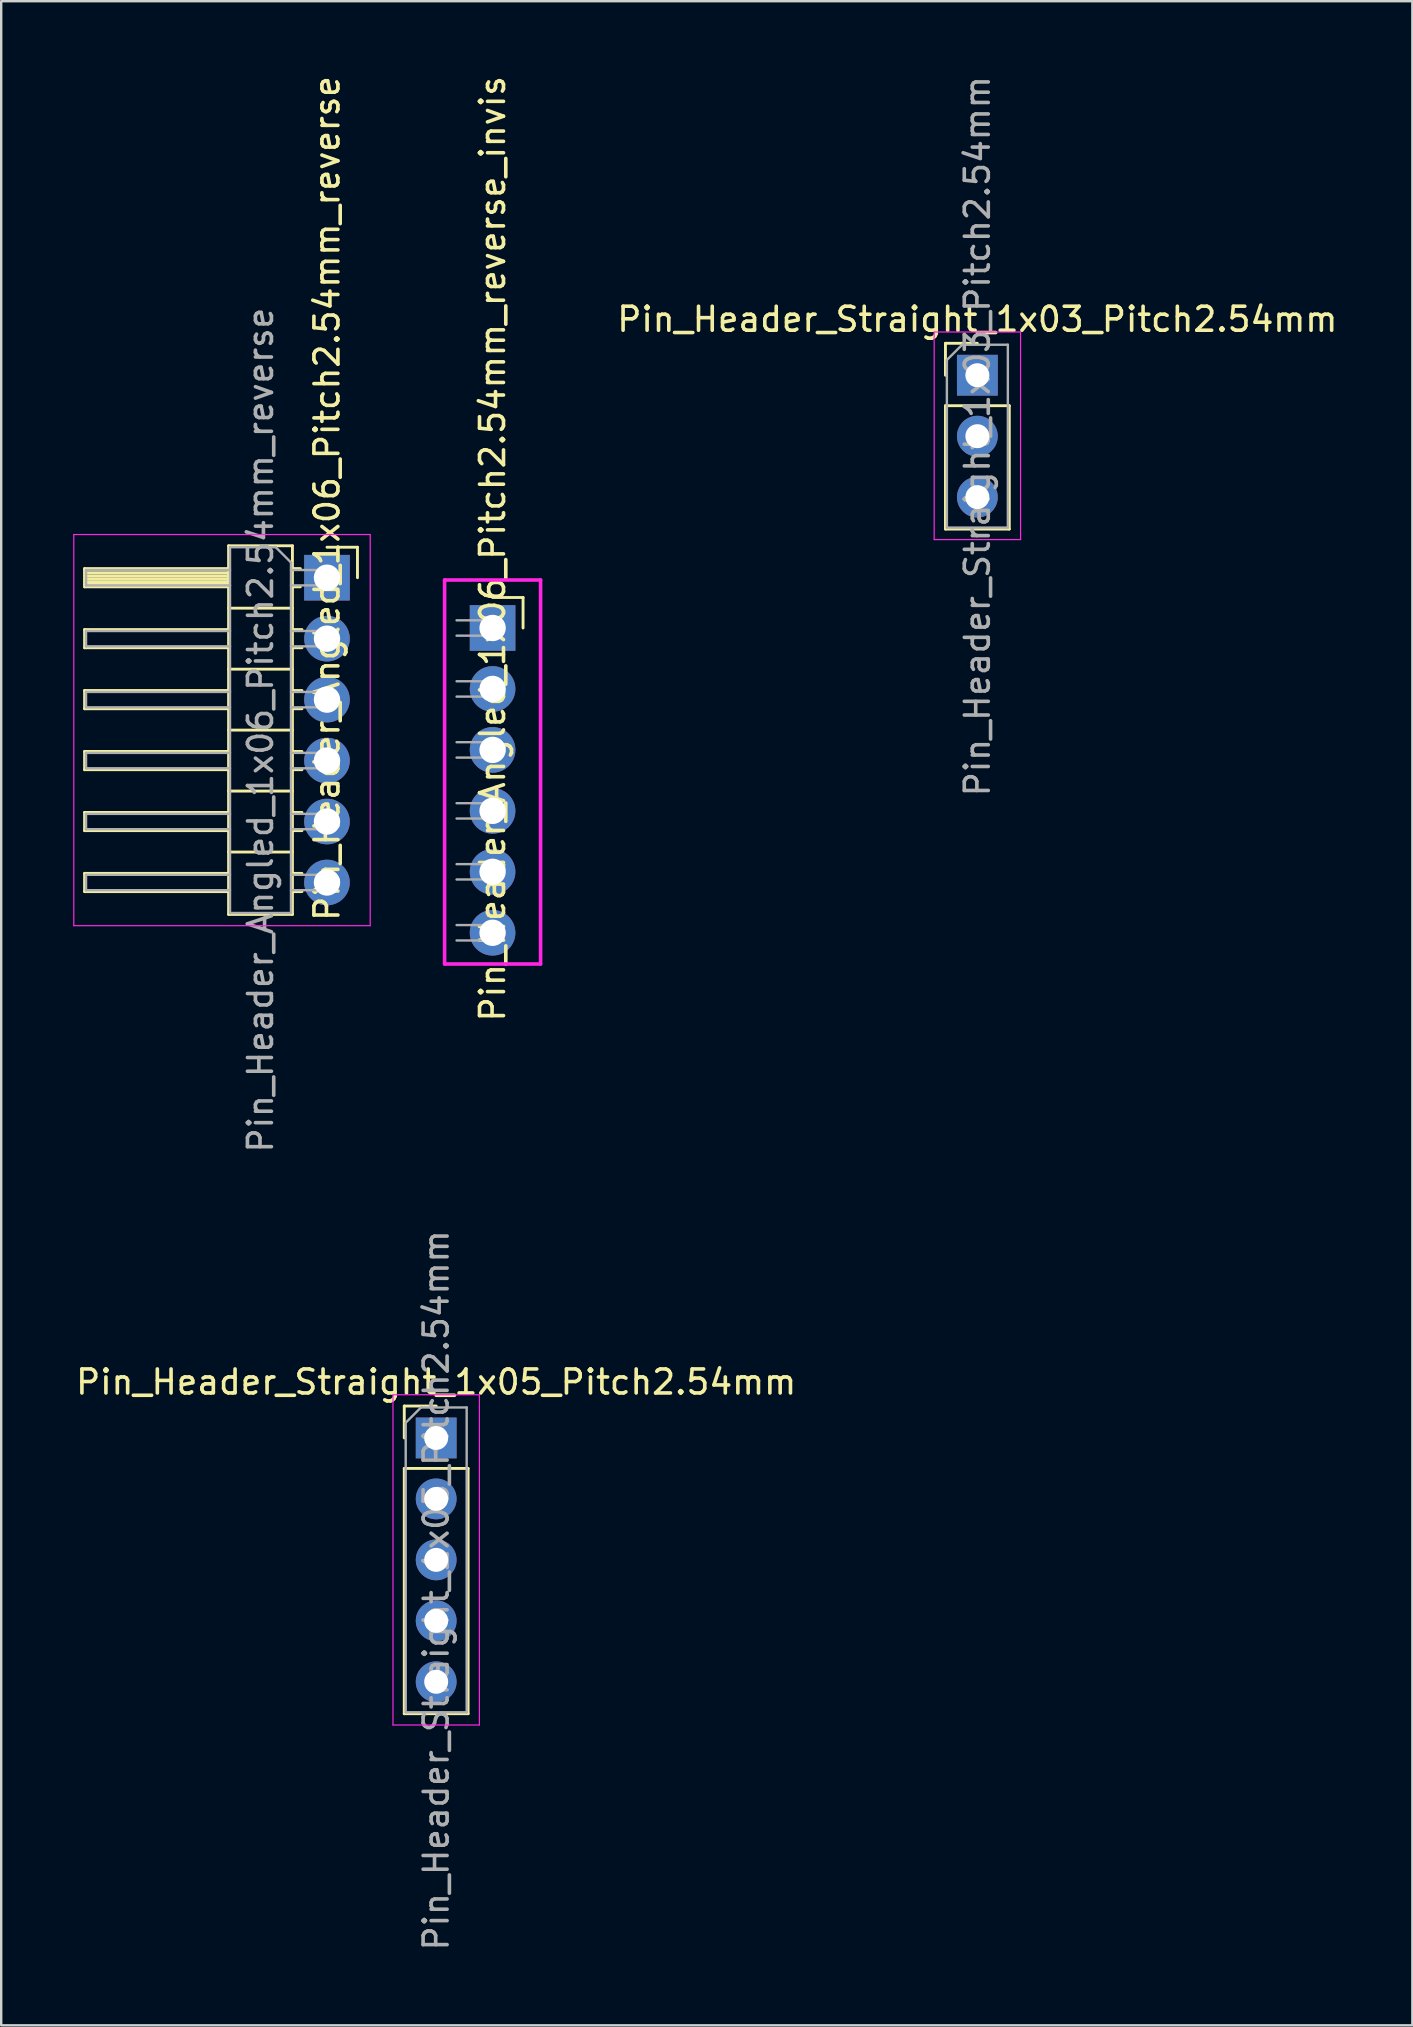
<source format=kicad_pcb>
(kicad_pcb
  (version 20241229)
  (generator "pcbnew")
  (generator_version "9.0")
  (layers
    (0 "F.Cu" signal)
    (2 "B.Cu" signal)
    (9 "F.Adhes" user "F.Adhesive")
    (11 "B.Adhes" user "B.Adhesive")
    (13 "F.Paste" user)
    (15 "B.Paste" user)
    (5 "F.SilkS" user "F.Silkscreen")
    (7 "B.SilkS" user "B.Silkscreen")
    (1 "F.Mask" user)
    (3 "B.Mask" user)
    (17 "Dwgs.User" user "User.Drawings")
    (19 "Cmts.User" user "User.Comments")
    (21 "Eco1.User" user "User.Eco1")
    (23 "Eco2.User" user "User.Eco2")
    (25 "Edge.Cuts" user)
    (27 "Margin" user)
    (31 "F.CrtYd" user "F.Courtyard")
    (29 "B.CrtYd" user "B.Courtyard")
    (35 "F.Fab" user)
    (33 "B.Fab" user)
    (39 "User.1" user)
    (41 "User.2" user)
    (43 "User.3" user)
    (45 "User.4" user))
  (footprint "Pin_Header_Angled_1x06_Pitch2.54mm_reverse"
    (layer "F.Cu")
    (at 10.575 21.022)
    (property "Reference" "Pin_Header_Angled_1x06_Pitch2.54mm_reverse" (at 0 -3.302 90) (layer "F.SilkS") (effects (font (size 1 1) (thickness 0.15))))
    (attr through_hole)
    (fp_line (start -10.1 -0.38) (end -10.1 0.38) (stroke (width 0.12) (type solid)) (layer "F.SilkS"))
    (fp_line (start -10.1 0.38) (end -4.1 0.38) (stroke (width 0.12) (type solid)) (layer "F.SilkS"))
    (fp_line (start -10.1 2.16) (end -10.1 2.92) (stroke (width 0.12) (type solid)) (layer "F.SilkS"))
    (fp_line (start -10.1 2.92) (end -4.1 2.92) (stroke (width 0.12) (type solid)) (layer "F.SilkS"))
    (fp_line (start -10.1 4.7) (end -10.1 5.46) (stroke (width 0.12) (type solid)) (layer "F.SilkS"))
    (fp_line (start -10.1 5.46) (end -4.1 5.46) (stroke (width 0.12) (type solid)) (layer "F.SilkS"))
    (fp_line (start -10.1 7.24) (end -10.1 8) (stroke (width 0.12) (type solid)) (layer "F.SilkS"))
    (fp_line (start -10.1 8) (end -4.1 8) (stroke (width 0.12) (type solid)) (layer "F.SilkS"))
    (fp_line (start -10.1 9.78) (end -10.1 10.54) (stroke (width 0.12) (type solid)) (layer "F.SilkS"))
    (fp_line (start -10.1 10.54) (end -4.1 10.54) (stroke (width 0.12) (type solid)) (layer "F.SilkS"))
    (fp_line (start -10.1 12.32) (end -10.1 13.08) (stroke (width 0.12) (type solid)) (layer "F.SilkS"))
    (fp_line (start -10.1 13.08) (end -4.1 13.08) (stroke (width 0.12) (type solid)) (layer "F.SilkS"))
    (fp_line (start -4.1 -1.33) (end -1.44 -1.33) (stroke (width 0.12) (type solid)) (layer "F.SilkS"))
    (fp_line (start -4.1 -0.38) (end -10.1 -0.38) (stroke (width 0.12) (type solid)) (layer "F.SilkS"))
    (fp_line (start -4.1 -0.32) (end -10.1 -0.32) (stroke (width 0.12) (type solid)) (layer "F.SilkS"))
    (fp_line (start -4.1 -0.2) (end -10.1 -0.2) (stroke (width 0.12) (type solid)) (layer "F.SilkS"))
    (fp_line (start -4.1 -0.08) (end -10.1 -0.08) (stroke (width 0.12) (type solid)) (layer "F.SilkS"))
    (fp_line (start -4.1 0.04) (end -10.1 0.04) (stroke (width 0.12) (type solid)) (layer "F.SilkS"))
    (fp_line (start -4.1 0.16) (end -10.1 0.16) (stroke (width 0.12) (type solid)) (layer "F.SilkS"))
    (fp_line (start -4.1 0.28) (end -10.1 0.28) (stroke (width 0.12) (type solid)) (layer "F.SilkS"))
    (fp_line (start -4.1 2.16) (end -10.1 2.16) (stroke (width 0.12) (type solid)) (layer "F.SilkS"))
    (fp_line (start -4.1 4.7) (end -10.1 4.7) (stroke (width 0.12) (type solid)) (layer "F.SilkS"))
    (fp_line (start -4.1 7.24) (end -10.1 7.24) (stroke (width 0.12) (type solid)) (layer "F.SilkS"))
    (fp_line (start -4.1 9.78) (end -10.1 9.78) (stroke (width 0.12) (type solid)) (layer "F.SilkS"))
    (fp_line (start -4.1 12.32) (end -10.1 12.32) (stroke (width 0.12) (type solid)) (layer "F.SilkS"))
    (fp_line (start -4.1 14.03) (end -4.1 -1.33) (stroke (width 0.12) (type solid)) (layer "F.SilkS"))
    (fp_line (start -1.44 -1.33) (end -1.44 14.03) (stroke (width 0.12) (type solid)) (layer "F.SilkS"))
    (fp_line (start -1.44 1.27) (end -4.1 1.27) (stroke (width 0.12) (type solid)) (layer "F.SilkS"))
    (fp_line (start -1.44 3.81) (end -4.1 3.81) (stroke (width 0.12) (type solid)) (layer "F.SilkS"))
    (fp_line (start -1.44 6.35) (end -4.1 6.35) (stroke (width 0.12) (type solid)) (layer "F.SilkS"))
    (fp_line (start -1.44 8.89) (end -4.1 8.89) (stroke (width 0.12) (type solid)) (layer "F.SilkS"))
    (fp_line (start -1.44 11.43) (end -4.1 11.43) (stroke (width 0.12) (type solid)) (layer "F.SilkS"))
    (fp_line (start -1.44 14.03) (end -4.1 14.03) (stroke (width 0.12) (type solid)) (layer "F.SilkS"))
    (fp_line (start -1.11 -0.38) (end -1.44 -0.38) (stroke (width 0.12) (type solid)) (layer "F.SilkS"))
    (fp_line (start -1.11 0.38) (end -1.44 0.38) (stroke (width 0.12) (type solid)) (layer "F.SilkS"))
    (fp_line (start -1.043 2.16) (end -1.44 2.16) (stroke (width 0.12) (type solid)) (layer "F.SilkS"))
    (fp_line (start -1.043 2.92) (end -1.44 2.92) (stroke (width 0.12) (type solid)) (layer "F.SilkS"))
    (fp_line (start -1.043 4.7) (end -1.44 4.7) (stroke (width 0.12) (type solid)) (layer "F.SilkS"))
    (fp_line (start -1.043 5.46) (end -1.44 5.46) (stroke (width 0.12) (type solid)) (layer "F.SilkS"))
    (fp_line (start -1.043 7.24) (end -1.44 7.24) (stroke (width 0.12) (type solid)) (layer "F.SilkS"))
    (fp_line (start -1.043 8) (end -1.44 8) (stroke (width 0.12) (type solid)) (layer "F.SilkS"))
    (fp_line (start -1.043 9.78) (end -1.44 9.78) (stroke (width 0.12) (type solid)) (layer "F.SilkS"))
    (fp_line (start -1.043 10.54) (end -1.44 10.54) (stroke (width 0.12) (type solid)) (layer "F.SilkS"))
    (fp_line (start -1.043 12.32) (end -1.44 12.32) (stroke (width 0.12) (type solid)) (layer "F.SilkS"))
    (fp_line (start -1.043 13.08) (end -1.44 13.08) (stroke (width 0.12) (type solid)) (layer "F.SilkS"))
    (fp_line (start 1.27 -1.27) (end 0 -1.27) (stroke (width 0.12) (type solid)) (layer "F.SilkS"))
    (fp_line (start 1.27 0) (end 1.27 -1.27) (stroke (width 0.12) (type solid)) (layer "F.SilkS"))
    (fp_line (start -10.55 -1.8) (end 1.8 -1.8) (stroke (width 0.05) (type solid)) (layer "F.CrtYd"))
    (fp_line (start -10.55 14.5) (end -10.55 -1.8) (stroke (width 0.05) (type solid)) (layer "F.CrtYd"))
    (fp_line (start 1.8 -1.8) (end 1.8 14.5) (stroke (width 0.05) (type solid)) (layer "F.CrtYd"))
    (fp_line (start 1.8 14.5) (end -10.55 14.5) (stroke (width 0.05) (type solid)) (layer "F.CrtYd"))
    (fp_line (start -10.04 -0.32) (end -10.04 0.32) (stroke (width 0.1) (type solid)) (layer "F.Fab"))
    (fp_line (start -10.04 2.22) (end -10.04 2.86) (stroke (width 0.1) (type solid)) (layer "F.Fab"))
    (fp_line (start -10.04 4.76) (end -10.04 5.4) (stroke (width 0.1) (type solid)) (layer "F.Fab"))
    (fp_line (start -10.04 7.3) (end -10.04 7.94) (stroke (width 0.1) (type solid)) (layer "F.Fab"))
    (fp_line (start -10.04 9.84) (end -10.04 10.48) (stroke (width 0.1) (type solid)) (layer "F.Fab"))
    (fp_line (start -10.04 12.38) (end -10.04 13.02) (stroke (width 0.1) (type solid)) (layer "F.Fab"))
    (fp_line (start -4.04 -1.27) (end -4.04 13.97) (stroke (width 0.1) (type solid)) (layer "F.Fab"))
    (fp_line (start -4.04 -0.32) (end -10.04 -0.32) (stroke (width 0.1) (type solid)) (layer "F.Fab"))
    (fp_line (start -4.04 0.32) (end -10.04 0.32) (stroke (width 0.1) (type solid)) (layer "F.Fab"))
    (fp_line (start -4.04 2.22) (end -10.04 2.22) (stroke (width 0.1) (type solid)) (layer "F.Fab"))
    (fp_line (start -4.04 2.86) (end -10.04 2.86) (stroke (width 0.1) (type solid)) (layer "F.Fab"))
    (fp_line (start -4.04 4.76) (end -10.04 4.76) (stroke (width 0.1) (type solid)) (layer "F.Fab"))
    (fp_line (start -4.04 5.4) (end -10.04 5.4) (stroke (width 0.1) (type solid)) (layer "F.Fab"))
    (fp_line (start -4.04 7.3) (end -10.04 7.3) (stroke (width 0.1) (type solid)) (layer "F.Fab"))
    (fp_line (start -4.04 7.94) (end -10.04 7.94) (stroke (width 0.1) (type solid)) (layer "F.Fab"))
    (fp_line (start -4.04 9.84) (end -10.04 9.84) (stroke (width 0.1) (type solid)) (layer "F.Fab"))
    (fp_line (start -4.04 10.48) (end -10.04 10.48) (stroke (width 0.1) (type solid)) (layer "F.Fab"))
    (fp_line (start -4.04 12.38) (end -10.04 12.38) (stroke (width 0.1) (type solid)) (layer "F.Fab"))
    (fp_line (start -4.04 13.02) (end -10.04 13.02) (stroke (width 0.1) (type solid)) (layer "F.Fab"))
    (fp_line (start -4.04 13.97) (end -1.5 13.97) (stroke (width 0.1) (type solid)) (layer "F.Fab"))
    (fp_line (start -2.135 -1.27) (end -4.04 -1.27) (stroke (width 0.1) (type solid)) (layer "F.Fab"))
    (fp_line (start -1.5 -0.635) (end -2.135 -1.27) (stroke (width 0.1) (type solid)) (layer "F.Fab"))
    (fp_line (start -1.5 13.97) (end -1.5 -0.635) (stroke (width 0.1) (type solid)) (layer "F.Fab"))
    (fp_line (start 0.32 -0.32) (end -1.5 -0.32) (stroke (width 0.1) (type solid)) (layer "F.Fab"))
    (fp_line (start 0.32 -0.32) (end 0.32 0.32) (stroke (width 0.1) (type solid)) (layer "F.Fab"))
    (fp_line (start 0.32 0.32) (end -1.5 0.32) (stroke (width 0.1) (type solid)) (layer "F.Fab"))
    (fp_line (start 0.32 2.22) (end -1.5 2.22) (stroke (width 0.1) (type solid)) (layer "F.Fab"))
    (fp_line (start 0.32 2.22) (end 0.32 2.86) (stroke (width 0.1) (type solid)) (layer "F.Fab"))
    (fp_line (start 0.32 2.86) (end -1.5 2.86) (stroke (width 0.1) (type solid)) (layer "F.Fab"))
    (fp_line (start 0.32 4.76) (end -1.5 4.76) (stroke (width 0.1) (type solid)) (layer "F.Fab"))
    (fp_line (start 0.32 4.76) (end 0.32 5.4) (stroke (width 0.1) (type solid)) (layer "F.Fab"))
    (fp_line (start 0.32 5.4) (end -1.5 5.4) (stroke (width 0.1) (type solid)) (layer "F.Fab"))
    (fp_line (start 0.32 7.3) (end -1.5 7.3) (stroke (width 0.1) (type solid)) (layer "F.Fab"))
    (fp_line (start 0.32 7.3) (end 0.32 7.94) (stroke (width 0.1) (type solid)) (layer "F.Fab"))
    (fp_line (start 0.32 7.94) (end -1.5 7.94) (stroke (width 0.1) (type solid)) (layer "F.Fab"))
    (fp_line (start 0.32 9.84) (end -1.5 9.84) (stroke (width 0.1) (type solid)) (layer "F.Fab"))
    (fp_line (start 0.32 9.84) (end 0.32 10.48) (stroke (width 0.1) (type solid)) (layer "F.Fab"))
    (fp_line (start 0.32 10.48) (end -1.5 10.48) (stroke (width 0.1) (type solid)) (layer "F.Fab"))
    (fp_line (start 0.32 12.38) (end -1.5 12.38) (stroke (width 0.1) (type solid)) (layer "F.Fab"))
    (fp_line (start 0.32 12.38) (end 0.32 13.02) (stroke (width 0.1) (type solid)) (layer "F.Fab"))
    (fp_line (start 0.32 13.02) (end -1.5 13.02) (stroke (width 0.1) (type solid)) (layer "F.Fab"))
    (fp_text user "${REFERENCE}" (at -2.77 6.35 270) (layer "F.Fab") (effects (font (size 1 1) (thickness 0.15))))
    (pad "1" thru_hole rect (at 0 0) (size 1.9 1.9) (drill 1.1) (layers "*.Cu" "*.Mask"))
    (pad "2" thru_hole circle (at 0 2.54) (size 1.9 1.9) (drill 1.1) (layers "*.Cu" "*.Mask"))
    (pad "3" thru_hole circle (at 0 5.08) (size 1.9 1.9) (drill 1.1) (layers "*.Cu" "*.Mask"))
    (pad "4" thru_hole circle (at 0 7.62) (size 1.9 1.9) (drill 1.1) (layers "*.Cu" "*.Mask"))
    (pad "5" thru_hole circle (at 0 10.16) (size 1.9 1.9) (drill 1.1) (layers "*.Cu" "*.Mask"))
    (pad "6" thru_hole circle (at 0 12.7) (size 1.9 1.9) (drill 1.1) (layers "*.Cu" "*.Mask")))
  (footprint "Pin_Header_Straight_1x03_Pitch2.54mm"
    (layer "F.Cu")
    (at 37.675 12.585)
    (property "Reference" "Pin_Header_Straight_1x03_Pitch2.54mm" (at 0 -2.33 0) (layer "F.SilkS") (effects (font (size 1 1) (thickness 0.15))))
    (attr through_hole)
    (fp_line (start -1.33 -1.33) (end 0 -1.33) (stroke (width 0.12) (type solid)) (layer "F.SilkS"))
    (fp_line (start -1.33 0) (end -1.33 -1.33) (stroke (width 0.12) (type solid)) (layer "F.SilkS"))
    (fp_line (start -1.33 1.27) (end -1.33 6.41) (stroke (width 0.12) (type solid)) (layer "F.SilkS"))
    (fp_line (start -1.33 1.27) (end 1.33 1.27) (stroke (width 0.12) (type solid)) (layer "F.SilkS"))
    (fp_line (start -1.33 6.41) (end 1.33 6.41) (stroke (width 0.12) (type solid)) (layer "F.SilkS"))
    (fp_line (start 1.33 1.27) (end 1.33 6.41) (stroke (width 0.12) (type solid)) (layer "F.SilkS"))
    (fp_line (start -1.8 -1.8) (end -1.8 6.85) (stroke (width 0.05) (type solid)) (layer "F.CrtYd"))
    (fp_line (start -1.8 6.85) (end 1.8 6.85) (stroke (width 0.05) (type solid)) (layer "F.CrtYd"))
    (fp_line (start 1.8 -1.8) (end -1.8 -1.8) (stroke (width 0.05) (type solid)) (layer "F.CrtYd"))
    (fp_line (start 1.8 6.85) (end 1.8 -1.8) (stroke (width 0.05) (type solid)) (layer "F.CrtYd"))
    (fp_line (start -1.27 -0.635) (end -0.635 -1.27) (stroke (width 0.1) (type solid)) (layer "F.Fab"))
    (fp_line (start -1.27 6.35) (end -1.27 -0.635) (stroke (width 0.1) (type solid)) (layer "F.Fab"))
    (fp_line (start -0.635 -1.27) (end 1.27 -1.27) (stroke (width 0.1) (type solid)) (layer "F.Fab"))
    (fp_line (start 1.27 -1.27) (end 1.27 6.35) (stroke (width 0.1) (type solid)) (layer "F.Fab"))
    (fp_line (start 1.27 6.35) (end -1.27 6.35) (stroke (width 0.1) (type solid)) (layer "F.Fab"))
    (fp_text user "${REFERENCE}" (at 0 2.54 90) (layer "F.Fab") (effects (font (size 1 1) (thickness 0.15))))
    (pad "1" thru_hole rect (at 0 0) (size 1.7 1.7) (drill 1) (layers "*.Cu" "*.Mask"))
    (pad "2" thru_hole oval (at 0 2.54) (size 1.7 1.7) (drill 1) (layers "*.Cu" "*.Mask"))
    (pad "3" thru_hole oval (at 0 5.08) (size 1.7 1.7) (drill 1) (layers "*.Cu" "*.Mask")))
  (footprint "Pin_Header_Straight_1x05_Pitch2.54mm"
    (layer "F.Cu")
    (at 15.125 56.867)
    (property "Reference" "Pin_Header_Straight_1x05_Pitch2.54mm" (at 0 -2.33 0) (layer "F.SilkS") (effects (font (size 1 1) (thickness 0.15))))
    (attr through_hole)
    (fp_line (start -1.33 -1.33) (end 0 -1.33) (stroke (width 0.12) (type solid)) (layer "F.SilkS"))
    (fp_line (start -1.33 0) (end -1.33 -1.33) (stroke (width 0.12) (type solid)) (layer "F.SilkS"))
    (fp_line (start -1.33 1.27) (end -1.33 11.49) (stroke (width 0.12) (type solid)) (layer "F.SilkS"))
    (fp_line (start -1.33 1.27) (end 1.33 1.27) (stroke (width 0.12) (type solid)) (layer "F.SilkS"))
    (fp_line (start -1.33 11.49) (end 1.33 11.49) (stroke (width 0.12) (type solid)) (layer "F.SilkS"))
    (fp_line (start 1.33 1.27) (end 1.33 11.49) (stroke (width 0.12) (type solid)) (layer "F.SilkS"))
    (fp_line (start -1.8 -1.8) (end -1.8 11.96) (stroke (width 0.05) (type solid)) (layer "F.CrtYd"))
    (fp_line (start -1.8 11.96) (end 1.8 11.96) (stroke (width 0.05) (type solid)) (layer "F.CrtYd"))
    (fp_line (start 1.8 -1.8) (end -1.8 -1.8) (stroke (width 0.05) (type solid)) (layer "F.CrtYd"))
    (fp_line (start 1.8 11.96) (end 1.8 -1.8) (stroke (width 0.05) (type solid)) (layer "F.CrtYd"))
    (fp_line (start -1.27 -0.635) (end -0.635 -1.27) (stroke (width 0.1) (type solid)) (layer "F.Fab"))
    (fp_line (start -1.27 11.43) (end -1.27 -0.635) (stroke (width 0.1) (type solid)) (layer "F.Fab"))
    (fp_line (start -0.635 -1.27) (end 1.27 -1.27) (stroke (width 0.1) (type solid)) (layer "F.Fab"))
    (fp_line (start 1.27 -1.27) (end 1.27 11.43) (stroke (width 0.1) (type solid)) (layer "F.Fab"))
    (fp_line (start 1.27 11.43) (end -1.27 11.43) (stroke (width 0.1) (type solid)) (layer "F.Fab"))
    (fp_text user "${REFERENCE}" (at 0 6.35 90) (layer "F.Fab") (effects (font (size 1 1) (thickness 0.15))))
    (pad "1" thru_hole rect (at 0 0) (size 1.7 1.7) (drill 1) (layers "*.Cu" "*.Mask"))
    (pad "2" thru_hole oval (at 0 2.54) (size 1.7 1.7) (drill 1) (layers "*.Cu" "*.Mask"))
    (pad "3" thru_hole oval (at 0 5.08) (size 1.7 1.7) (drill 1) (layers "*.Cu" "*.Mask"))
    (pad "4" thru_hole oval (at 0 7.62) (size 1.7 1.7) (drill 1) (layers "*.Cu" "*.Mask"))
    (pad "5" thru_hole oval (at 0 10.16) (size 1.7 1.7) (drill 1) (layers "*.Cu" "*.Mask")))
  (footprint "Pin_Header_Angled_1x06_Pitch2.54mm_reverse_invis"
    (layer "F.Cu")
    (at 17.475 23.117)
    (property "Reference" "Pin_Header_Angled_1x06_Pitch2.54mm_reverse_invis" (at 0 -3.302 90) (layer "F.SilkS") (effects (font (size 1 1) (thickness 0.15))))
    (attr through_hole)
    (fp_line (start 1.27 -1.27) (end 0 -1.27) (stroke (width 0.12) (type solid)) (layer "F.SilkS"))
    (fp_line (start 1.27 0) (end 1.27 -1.27) (stroke (width 0.12) (type solid)) (layer "F.SilkS"))
    (fp_line (start -2 -2) (end -2 14) (stroke (width 0.15) (type solid)) (layer "F.CrtYd"))
    (fp_line (start -2 14) (end 2 14) (stroke (width 0.15) (type solid)) (layer "F.CrtYd"))
    (fp_line (start 2 -2) (end -2 -2) (stroke (width 0.15) (type solid)) (layer "F.CrtYd"))
    (fp_line (start 2 14) (end 2 -2) (stroke (width 0.15) (type solid)) (layer "F.CrtYd"))
    (fp_line (start 0.32 -0.32) (end -1.5 -0.32) (stroke (width 0.1) (type solid)) (layer "F.Fab"))
    (fp_line (start 0.32 -0.32) (end 0.32 0.32) (stroke (width 0.1) (type solid)) (layer "F.Fab"))
    (fp_line (start 0.32 0.32) (end -1.5 0.32) (stroke (width 0.1) (type solid)) (layer "F.Fab"))
    (fp_line (start 0.32 2.22) (end -1.5 2.22) (stroke (width 0.1) (type solid)) (layer "F.Fab"))
    (fp_line (start 0.32 2.22) (end 0.32 2.86) (stroke (width 0.1) (type solid)) (layer "F.Fab"))
    (fp_line (start 0.32 2.86) (end -1.5 2.86) (stroke (width 0.1) (type solid)) (layer "F.Fab"))
    (fp_line (start 0.32 4.76) (end -1.5 4.76) (stroke (width 0.1) (type solid)) (layer "F.Fab"))
    (fp_line (start 0.32 4.76) (end 0.32 5.4) (stroke (width 0.1) (type solid)) (layer "F.Fab"))
    (fp_line (start 0.32 5.4) (end -1.5 5.4) (stroke (width 0.1) (type solid)) (layer "F.Fab"))
    (fp_line (start 0.32 7.3) (end -1.5 7.3) (stroke (width 0.1) (type solid)) (layer "F.Fab"))
    (fp_line (start 0.32 7.3) (end 0.32 7.94) (stroke (width 0.1) (type solid)) (layer "F.Fab"))
    (fp_line (start 0.32 7.94) (end -1.5 7.94) (stroke (width 0.1) (type solid)) (layer "F.Fab"))
    (fp_line (start 0.32 9.84) (end -1.5 9.84) (stroke (width 0.1) (type solid)) (layer "F.Fab"))
    (fp_line (start 0.32 9.84) (end 0.32 10.48) (stroke (width 0.1) (type solid)) (layer "F.Fab"))
    (fp_line (start 0.32 10.48) (end -1.5 10.48) (stroke (width 0.1) (type solid)) (layer "F.Fab"))
    (fp_line (start 0.32 12.38) (end -1.5 12.38) (stroke (width 0.1) (type solid)) (layer "F.Fab"))
    (fp_line (start 0.32 12.38) (end 0.32 13.02) (stroke (width 0.1) (type solid)) (layer "F.Fab"))
    (fp_line (start 0.32 13.02) (end -1.5 13.02) (stroke (width 0.1) (type solid)) (layer "F.Fab"))
    (pad "1" thru_hole rect (at 0 0) (size 1.9 1.9) (drill 1.1) (layers "*.Cu" "*.Mask"))
    (pad "2" thru_hole circle (at 0 2.54) (size 1.9 1.9) (drill 1.1) (layers "*.Cu" "*.Mask"))
    (pad "3" thru_hole circle (at 0 5.08) (size 1.9 1.9) (drill 1.1) (layers "*.Cu" "*.Mask"))
    (pad "4" thru_hole circle (at 0 7.62) (size 1.9 1.9) (drill 1.1) (layers "*.Cu" "*.Mask"))
    (pad "5" thru_hole circle (at 0 10.16) (size 1.9 1.9) (drill 1.1) (layers "*.Cu" "*.Mask"))
    (pad "6" thru_hole circle (at 0 12.7) (size 1.9 1.9) (drill 1.1) (layers "*.Cu" "*.Mask")))
  (gr_rect
    (start -3 -3)
    (end 55.8 81.342)
    (stroke (width 0.1) (type default))
    (fill no)
    (layer "Edge.Cuts")))
</source>
